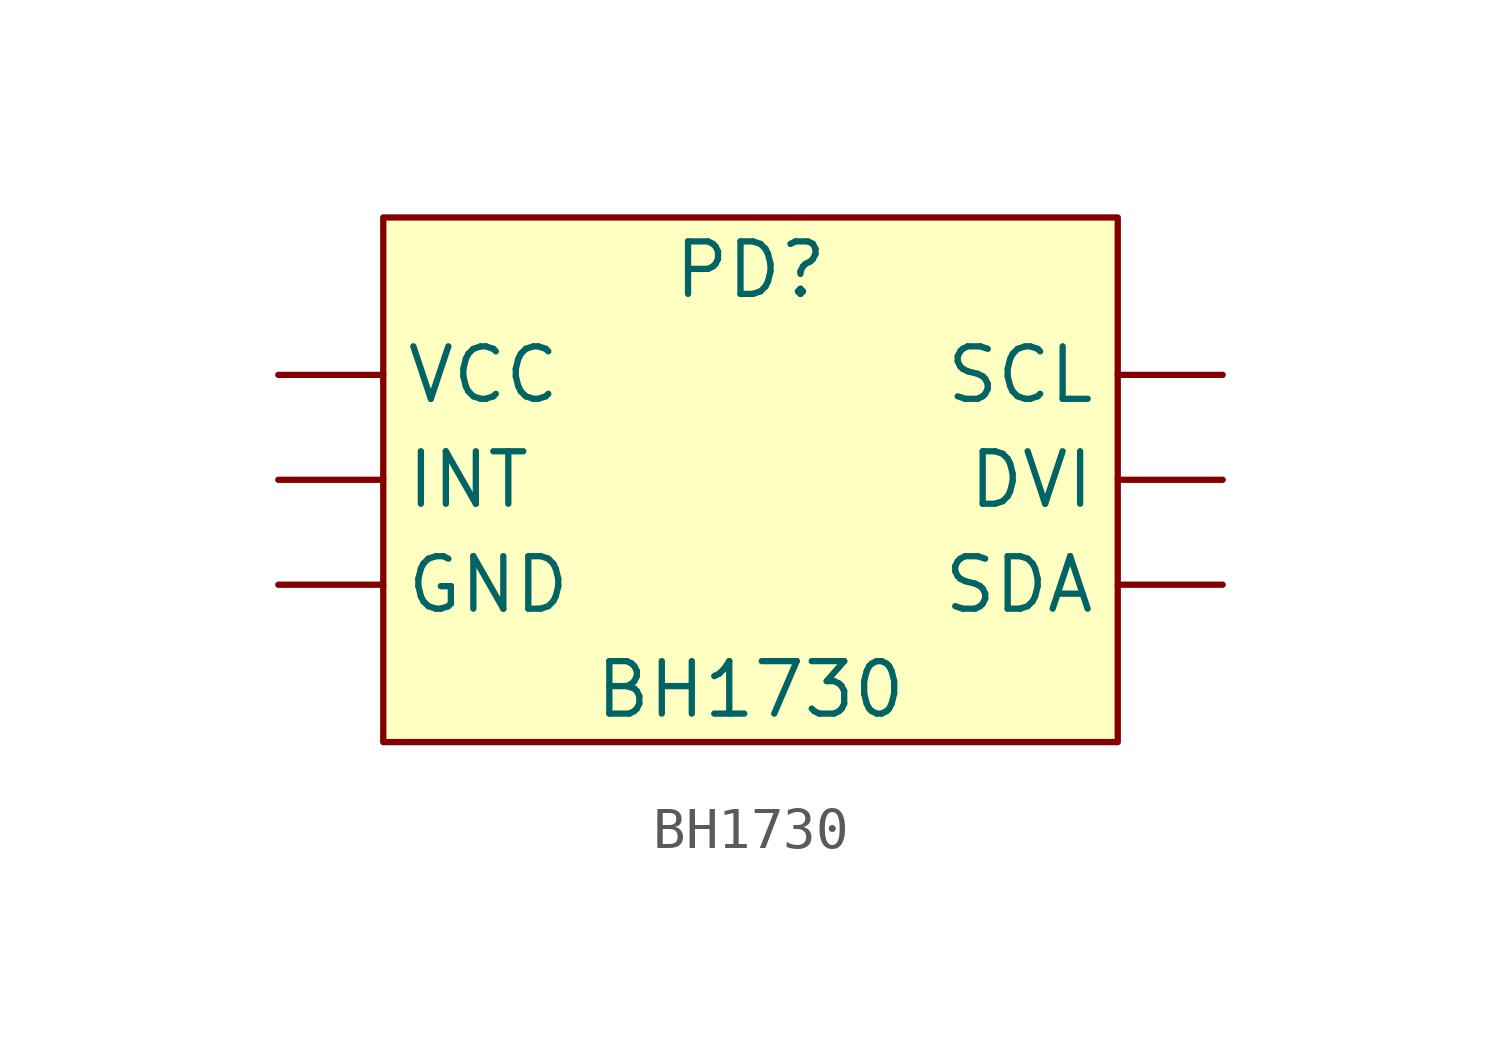
<source format=kicad_sym>
(kicad_symbol_lib
  (version 20211014)
  (generator kicad_symbol_editor)
  (symbol "BH1730"
    (property "Reference" "PD"
      (at 0 5.08 0)
      (effects (font (size 1.27 1.27))))
    (property "Value" "BH1730"
      (at 0 -5.08 0)
      (effects (font (size 1.27 1.27))))
    (symbol "BH1730_0_1"
      (rectangle (start -8.89 6.35) (end 8.89 -6.35) (stroke (width 0) (type default) (color 0 0 0 0)) (fill (type background))))
    (symbol "BH1730_1_1"
      (pin input line (at 11.43 0 180) (length 2.54) (name "DVI" (effects (font (size 1.27 1.27)))) (number "" (effects (font (size 1.27 1.27)))))
      (pin input line (at -11.43 -2.54 0) (length 2.54) (name "GND" (effects (font (size 1.27 1.27)))) (number "" (effects (font (size 1.27 1.27)))))
      (pin input line (at -11.43 0 0) (length 2.54) (name "INT" (effects (font (size 1.27 1.27)))) (number "" (effects (font (size 1.27 1.27)))))
      (pin input line (at 11.43 2.54 180) (length 2.54) (name "SCL" (effects (font (size 1.27 1.27)))) (number "" (effects (font (size 1.27 1.27)))))
      (pin input line (at 11.43 -2.54 180) (length 2.54) (name "SDA" (effects (font (size 1.27 1.27)))) (number "" (effects (font (size 1.27 1.27)))))
      (pin input line (at -11.43 2.54 0) (length 2.54) (name "VCC" (effects (font (size 1.27 1.27)))) (number "" (effects (font (size 1.27 1.27))))))))
</source>
